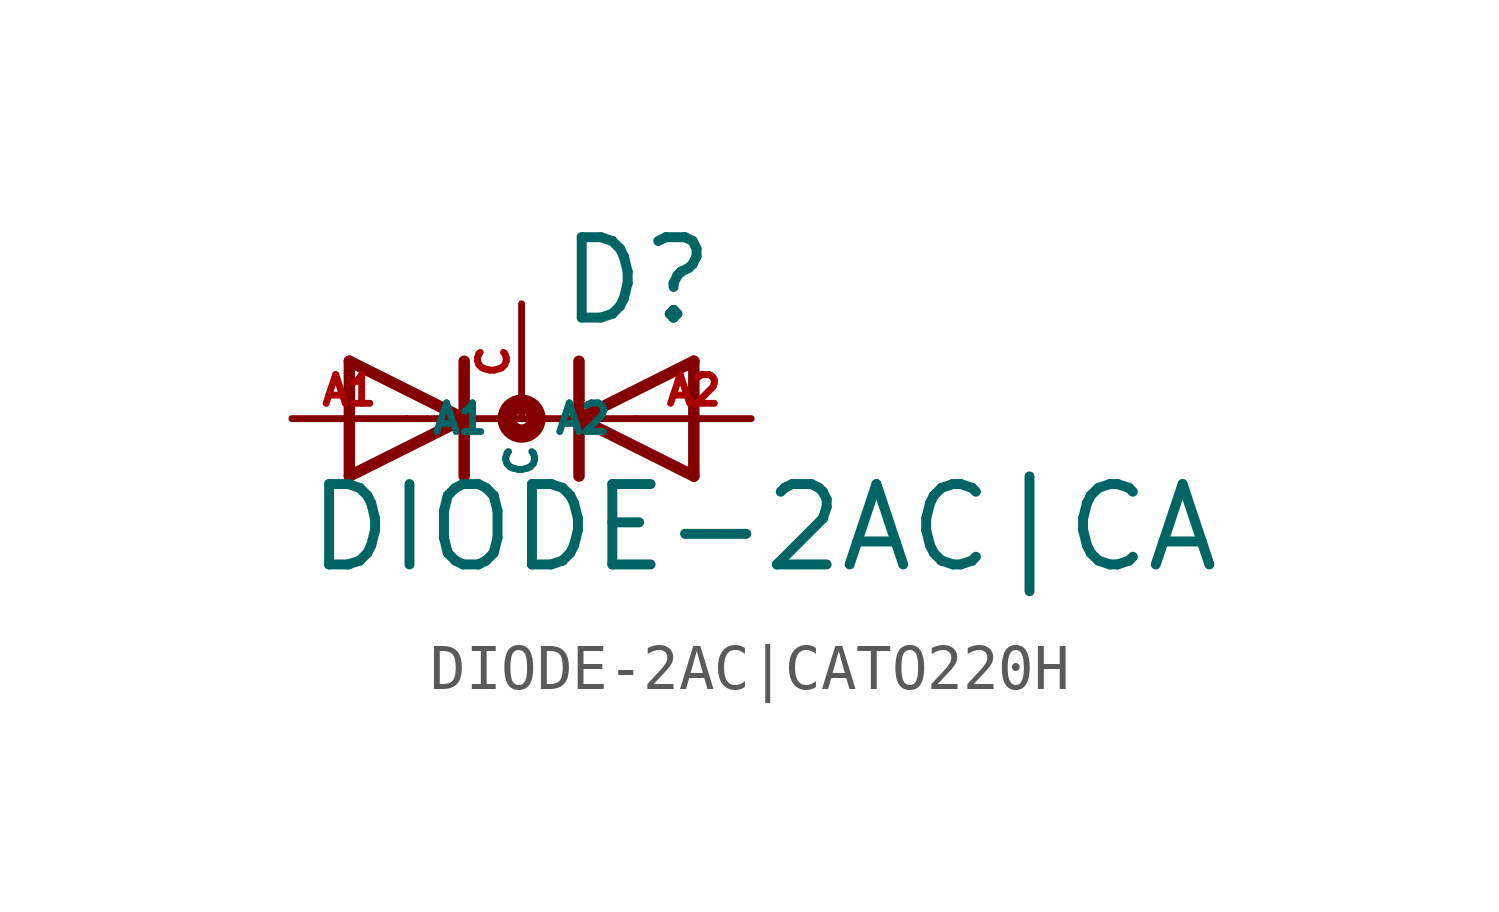
<source format=kicad_sym>
(kicad_symbol_lib
  (version 20220914)
  (generator Eagle2Kicad)
  (symbol "DIODE-2AC|CATO220H"
    (property "Reference" "D"
      (at 0.762 2.007 0)
      (effects (font (size 1.778 1.778) (thickness 0.22)) (justify left bottom)))
    (property "Value" "DIODE-2AC|CA"
      (at -4.826 -3.454 0)
      (effects (font (size 1.778 1.778) (thickness 0.22)) (justify left bottom)))
    (polyline
      (pts (xy -3.81 -1.27) (xy -1.27 0))
      (stroke (width 0.254) (type default))
      (fill (type none)))
    (polyline
      (pts (xy -1.27 0) (xy -3.81 1.27))
      (stroke (width 0.254) (type default))
      (fill (type none)))
    (polyline
      (pts (xy -1.27 1.27) (xy -1.27 0))
      (stroke (width 0.254) (type default))
      (fill (type none)))
    (polyline
      (pts (xy -2.54 0) (xy -1.27 0))
      (stroke (width 0.152) (type default))
      (fill (type none)))
    (polyline
      (pts (xy -3.81 1.27) (xy -3.81 -1.27))
      (stroke (width 0.254) (type default))
      (fill (type none)))
    (polyline
      (pts (xy -1.27 0) (xy -1.27 -1.27))
      (stroke (width 0.254) (type default))
      (fill (type none)))
    (polyline
      (pts (xy 3.81 1.27) (xy 1.27 0))
      (stroke (width 0.254) (type default))
      (fill (type none)))
    (polyline
      (pts (xy 1.27 0) (xy 3.81 -1.27))
      (stroke (width 0.254) (type default))
      (fill (type none)))
    (polyline
      (pts (xy 1.27 -1.27) (xy 1.27 0))
      (stroke (width 0.254) (type default))
      (fill (type none)))
    (polyline
      (pts (xy -1.27 0) (xy 1.27 0))
      (stroke (width 0.152) (type default))
      (fill (type none)))
    (polyline
      (pts (xy 2.54 0) (xy 1.27 0))
      (stroke (width 0.152) (type default))
      (fill (type none)))
    (polyline
      (pts (xy 3.81 -1.27) (xy 3.81 1.27))
      (stroke (width 0.254) (type default))
      (fill (type none)))
    (polyline
      (pts (xy 1.27 0) (xy 1.27 1.27))
      (stroke (width 0.254) (type default))
      (fill (type none)))
    (circle
      (center 0 0)
      (radius 0.127)
      (stroke (width 0.406) (type default))
      (fill (type none)))
    (pin passive line
      (at -5.08 0 0)
      (length 2.54)
      (name "A1" (effects (font (size 0.635 0.635) (thickness 0.08)) (justify left bottom)))
      (number "A1" (effects (font (size 0.635 0.635) (thickness 0.08)) (justify left bottom))))
    (pin passive line
      (at 5.08 0 180)
      (length 2.54)
      (name "A2" (effects (font (size 0.635 0.635) (thickness 0.08)) (justify left bottom)))
      (number "A2" (effects (font (size 0.635 0.635) (thickness 0.08)) (justify left bottom))))
    (pin passive line
      (at 0 2.54 270)
      (length 2.54)
      (name "C" (effects (font (size 0.635 0.635) (thickness 0.08)) (justify left bottom)))
      (number "C" (effects (font (size 0.635 0.635) (thickness 0.08)) (justify left bottom))))))
</source>
